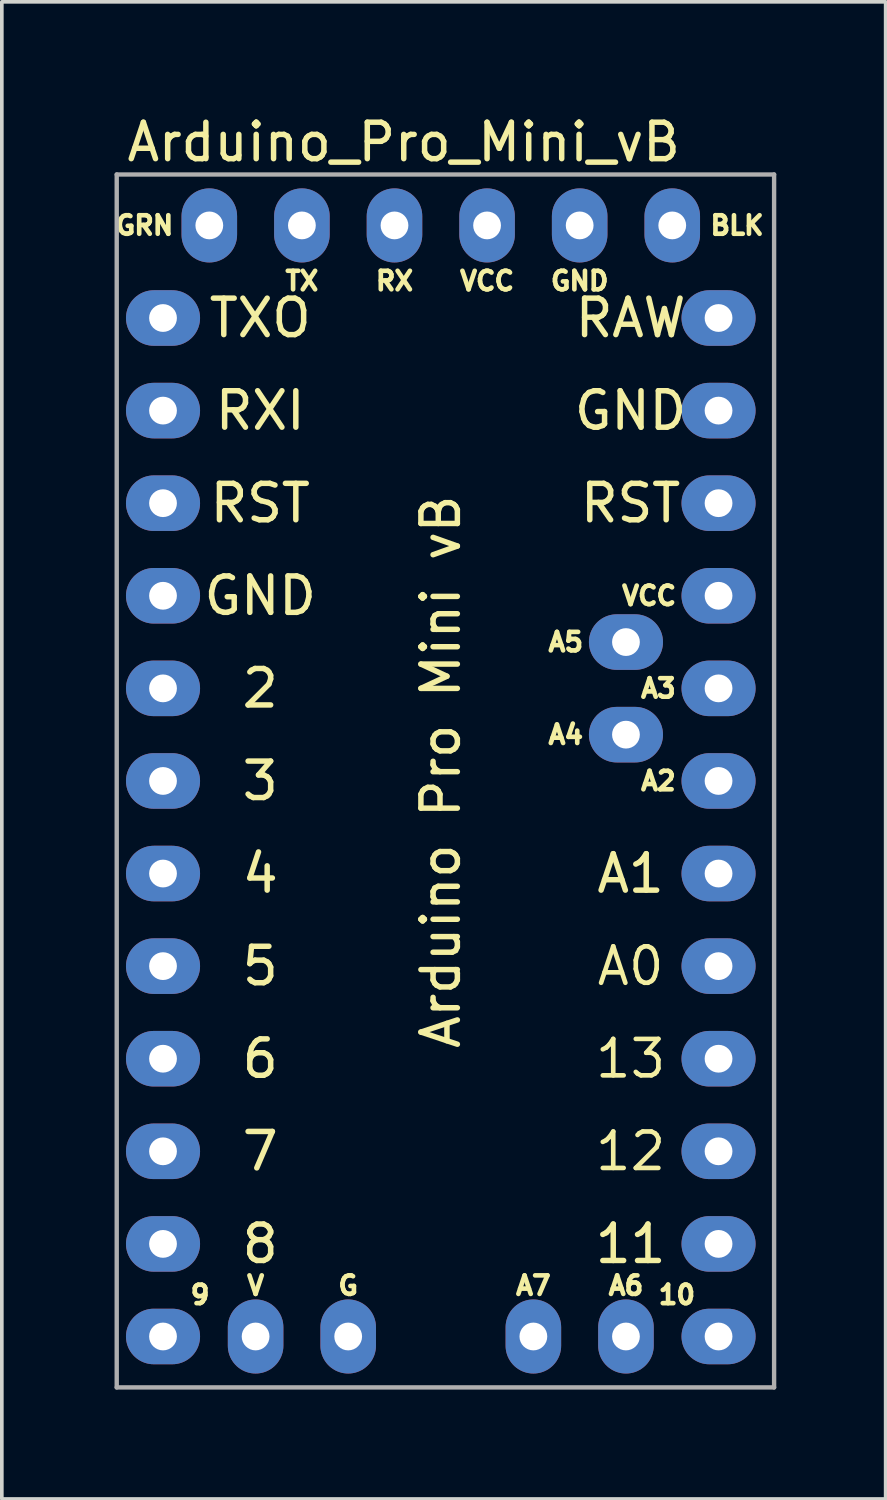
<source format=kicad_pcb>
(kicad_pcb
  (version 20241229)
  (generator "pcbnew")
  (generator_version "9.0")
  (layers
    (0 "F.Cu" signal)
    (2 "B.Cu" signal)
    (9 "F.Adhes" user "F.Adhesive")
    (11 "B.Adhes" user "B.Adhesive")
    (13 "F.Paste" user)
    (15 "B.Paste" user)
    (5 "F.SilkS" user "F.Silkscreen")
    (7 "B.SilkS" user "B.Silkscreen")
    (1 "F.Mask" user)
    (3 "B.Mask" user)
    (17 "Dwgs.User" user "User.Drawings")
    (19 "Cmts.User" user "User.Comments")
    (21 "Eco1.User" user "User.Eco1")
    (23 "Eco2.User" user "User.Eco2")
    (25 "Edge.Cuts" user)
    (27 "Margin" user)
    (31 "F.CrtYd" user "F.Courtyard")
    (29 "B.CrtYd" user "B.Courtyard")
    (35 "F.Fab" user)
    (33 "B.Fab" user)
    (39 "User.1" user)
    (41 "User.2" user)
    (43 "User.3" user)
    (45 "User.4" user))
  (footprint "Arduino_Pro_Mini_vB"
    (layer "F.Cu")
    (at 1.422 5.674)
    (property "Reference" "Arduino_Pro_Mini_vB" (at 6.604 -4.826 0) (layer "F.SilkS") (effects (font (size 1 1) (thickness 0.15))))
    (attr through_hole)
    (fp_line (start -1.27 -3.937) (end 16.764 -3.937) (stroke (width 0.12) (type solid)) (layer "F.Fab"))
    (fp_line (start -1.27 29.337) (end -1.27 -3.937) (stroke (width 0.12) (type solid)) (layer "F.Fab"))
    (fp_line (start 16.764 -3.937) (end 16.764 29.337) (stroke (width 0.12) (type solid)) (layer "F.Fab"))
    (fp_line (start 16.764 29.337) (end -1.27 29.337) (stroke (width 0.12) (type solid)) (layer "F.Fab"))
    (fp_text user "VCC" (at 8.89 -1.016 0) (layer "F.SilkS") (effects (font (size 0.508 0.508) (thickness 0.127))))
    (fp_text user "A4" (at 11.049 11.43 0) (layer "F.SilkS") (effects (font (size 0.508 0.508) (thickness 0.127))))
    (fp_text user "13" (at 12.827 20.32 0) (layer "F.SilkS") (effects (font (size 1 1) (thickness 0.127))))
    (fp_text user "RST" (at 2.667 5.08 0) (layer "F.SilkS") (effects (font (size 1 1) (thickness 0.15))))
    (fp_text user "RAW" (at 12.827 0 0) (layer "F.SilkS") (effects (font (size 1 1) (thickness 0.15))))
    (fp_text user "9" (at 1.016 26.797 0) (layer "F.SilkS") (effects (font (size 0.508 0.508) (thickness 0.127))))
    (fp_text user "A1" (at 12.827 15.24 0) (layer "F.SilkS") (effects (font (size 1 1) (thickness 0.15))))
    (fp_text user "GND" (at 2.667 7.62 0) (layer "F.SilkS") (effects (font (size 1 1) (thickness 0.15))))
    (fp_text user "A5" (at 11.049 8.89 0) (layer "F.SilkS") (effects (font (size 0.508 0.508) (thickness 0.127))))
    (fp_text user "TXO" (at 2.667 0 0) (layer "F.SilkS") (effects (font (size 1 1) (thickness 0.15))))
    (fp_text user "G" (at 5.08 26.543 0) (layer "F.SilkS") (effects (font (size 0.508 0.508) (thickness 0.127))))
    (fp_text user "RXI" (at 2.667 2.54 0) (layer "F.SilkS") (effects (font (size 1 1) (thickness 0.15))))
    (fp_text user "TX" (at 3.81 -1.016 0) (layer "F.SilkS") (effects (font (size 0.508 0.508) (thickness 0.127))))
    (fp_text user "BLK" (at 15.748 -2.54 0) (layer "F.SilkS") (effects (font (size 0.508 0.508) (thickness 0.127))))
    (fp_text user "RX" (at 6.35 -1.016 0) (layer "F.SilkS") (effects (font (size 0.508 0.508) (thickness 0.127))))
    (fp_text user "A2" (at 13.589 12.7 0) (layer "F.SilkS") (effects (font (size 0.508 0.508) (thickness 0.127))))
    (fp_text user "A7" (at 10.16 26.543 0) (layer "F.SilkS") (effects (font (size 0.508 0.508) (thickness 0.127))))
    (fp_text user "11" (at 12.827 25.4 0) (layer "F.SilkS") (effects (font (size 1 1) (thickness 0.15))))
    (fp_text user "12" (at 12.827 22.86 0) (layer "F.SilkS") (effects (font (size 1 1) (thickness 0.127))))
    (fp_text user "Arduino Pro Mini vB" (at 7.62 12.446 270) (layer "F.SilkS") (effects (font (size 1 1) (thickness 0.15))))
    (fp_text user "3" (at 2.667 12.7 0) (layer "F.SilkS") (effects (font (size 1 1) (thickness 0.15))))
    (fp_text user "8" (at 2.667 25.4 0) (layer "F.SilkS") (effects (font (size 1 1) (thickness 0.15))))
    (fp_text user "RST" (at 12.827 5.08 0) (layer "F.SilkS") (effects (font (size 1 1) (thickness 0.15))))
    (fp_text user "VCC" (at 13.335 7.62 0) (layer "F.SilkS") (effects (font (size 0.508 0.508) (thickness 0.127))))
    (fp_text user "GRN" (at -0.508 -2.54 0) (layer "F.SilkS") (effects (font (size 0.508 0.508) (thickness 0.127))))
    (fp_text user "7" (at 2.667 22.86 0) (layer "F.SilkS") (effects (font (size 1 1) (thickness 0.15))))
    (fp_text user "6" (at 2.667 20.32 0) (layer "F.SilkS") (effects (font (size 1 1) (thickness 0.15))))
    (fp_text user "V" (at 2.54 26.543 0) (layer "F.SilkS") (effects (font (size 0.508 0.508) (thickness 0.127))))
    (fp_text user "5" (at 2.667 17.78 0) (layer "F.SilkS") (effects (font (size 1 1) (thickness 0.15))))
    (fp_text user "GND" (at 12.827 2.54 0) (layer "F.SilkS") (effects (font (size 1 1) (thickness 0.15))))
    (fp_text user "2" (at 2.667 10.16 0) (layer "F.SilkS") (effects (font (size 1 1) (thickness 0.15))))
    (fp_text user "A0" (at 12.827 17.78 0) (layer "F.SilkS") (effects (font (size 1 1) (thickness 0.127))))
    (fp_text user "10" (at 14.097 26.797 0) (layer "F.SilkS") (effects (font (size 0.508 0.508) (thickness 0.127))))
    (fp_text user "GND" (at 11.43 -1.016 0) (layer "F.SilkS") (effects (font (size 0.508 0.508) (thickness 0.127))))
    (fp_text user "A3" (at 13.589 10.16 0) (layer "F.SilkS") (effects (font (size 0.508 0.508) (thickness 0.127))))
    (fp_text user "A6" (at 12.7 26.543 0) (layer "F.SilkS") (effects (font (size 0.508 0.508) (thickness 0.127))))
    (fp_text user "4" (at 2.667 15.24 0) (layer "F.SilkS") (effects (font (size 1 1) (thickness 0.15))))
    (pad "1" thru_hole oval (at 0 0) (size 2.032 1.524) (drill 0.762) (layers "*.Cu" "*.Mask"))
    (pad "2" thru_hole oval (at 0 2.54) (size 2.032 1.524) (drill 0.762) (layers "*.Cu" "*.Mask"))
    (pad "3" thru_hole oval (at 0 5.08) (size 2.032 1.524) (drill 0.762) (layers "*.Cu" "*.Mask"))
    (pad "4" thru_hole oval (at 0 7.62) (size 2.032 1.524) (drill 0.762) (layers "*.Cu" "*.Mask"))
    (pad "5" thru_hole oval (at 0 10.16) (size 2.032 1.524) (drill 0.762) (layers "*.Cu" "*.Mask"))
    (pad "6" thru_hole oval (at 0 12.7) (size 2.032 1.524) (drill 0.762) (layers "*.Cu" "*.Mask"))
    (pad "7" thru_hole oval (at 0 15.24) (size 2.032 1.524) (drill 0.762) (layers "*.Cu" "*.Mask"))
    (pad "8" thru_hole oval (at 0 17.78) (size 2.032 1.524) (drill 0.762) (layers "*.Cu" "*.Mask"))
    (pad "9" thru_hole oval (at 0 20.32) (size 2.032 1.524) (drill 0.762) (layers "*.Cu" "*.Mask"))
    (pad "10" thru_hole oval (at 0 22.86) (size 2.032 1.524) (drill 0.762) (layers "*.Cu" "*.Mask"))
    (pad "11" thru_hole oval (at 0 25.4) (size 2.032 1.524) (drill 0.762) (layers "*.Cu" "*.Mask"))
    (pad "12" thru_hole oval (at 0 27.94) (size 2.032 1.524) (drill 0.762) (layers "*.Cu" "*.Mask"))
    (pad "13" thru_hole oval (at 15.24 0) (size 2.032 1.524) (drill 0.762) (layers "*.Cu" "*.Mask"))
    (pad "14" thru_hole oval (at 15.24 2.54) (size 2.032 1.524) (drill 0.762) (layers "*.Cu" "*.Mask"))
    (pad "15" thru_hole oval (at 15.24 5.08) (size 2.032 1.524) (drill 0.762) (layers "*.Cu" "*.Mask"))
    (pad "16" thru_hole oval (at 15.24 7.62) (size 2.032 1.524) (drill 0.762) (layers "*.Cu" "*.Mask"))
    (pad "17" thru_hole oval (at 15.24 10.16) (size 2.032 1.524) (drill 0.762) (layers "*.Cu" "*.Mask"))
    (pad "18" thru_hole oval (at 15.24 12.7) (size 2.032 1.524) (drill 0.762) (layers "*.Cu" "*.Mask"))
    (pad "19" thru_hole oval (at 15.24 15.24) (size 2.032 1.524) (drill 0.762) (layers "*.Cu" "*.Mask"))
    (pad "20" thru_hole oval (at 15.24 17.78) (size 2.032 1.524) (drill 0.762) (layers "*.Cu" "*.Mask"))
    (pad "21" thru_hole oval (at 15.24 20.32) (size 2.032 1.524) (drill 0.762) (layers "*.Cu" "*.Mask"))
    (pad "22" thru_hole oval (at 15.24 22.86) (size 2.032 1.524) (drill 0.762) (layers "*.Cu" "*.Mask"))
    (pad "23" thru_hole oval (at 15.24 25.4) (size 2.032 1.524) (drill 0.762) (layers "*.Cu" "*.Mask"))
    (pad "24" thru_hole oval (at 15.24 27.94) (size 2.032 1.524) (drill 0.762) (layers "*.Cu" "*.Mask"))
    (pad "25" thru_hole oval (at 12.7 11.43) (size 2.032 1.524) (drill 0.762) (layers "*.Cu" "*.Mask"))
    (pad "26" thru_hole oval (at 12.7 8.89) (size 2.032 1.524) (drill 0.762) (layers "*.Cu" "*.Mask"))
    (pad "27" thru_hole oval (at 12.7 27.94) (size 1.524 2.032) (drill 0.762) (layers "*.Cu" "*.Mask"))
    (pad "28" thru_hole oval (at 10.16 27.94) (size 1.524 2.032) (drill 0.762) (layers "*.Cu" "*.Mask"))
    (pad "29" thru_hole oval (at 13.97 -2.54) (size 1.524 2.032) (drill 0.762) (layers "*.Cu" "*.Mask"))
    (pad "30" thru_hole oval (at 11.43 -2.54) (size 1.524 2.032) (drill 0.762) (layers "*.Cu" "*.Mask"))
    (pad "31" thru_hole oval (at 8.89 -2.54) (size 1.524 2.032) (drill 0.762) (layers "*.Cu" "*.Mask"))
    (pad "32" thru_hole oval (at 6.35 -2.54) (size 1.524 2.032) (drill 0.762) (layers "*.Cu" "*.Mask"))
    (pad "33" thru_hole oval (at 3.81 -2.54) (size 1.524 2.032) (drill 0.762) (layers "*.Cu" "*.Mask"))
    (pad "34" thru_hole oval (at 1.27 -2.54) (size 1.524 2.032) (drill 0.762) (layers "*.Cu" "*.Mask"))
    (pad "35" thru_hole oval (at 2.54 27.94) (size 1.524 2.032) (drill 0.762) (layers "*.Cu" "*.Mask"))
    (pad "35" thru_hole oval (at 5.08 27.94) (size 1.524 2.032) (drill 0.762) (layers "*.Cu" "*.Mask")))
  (gr_rect
    (start -3 -3)
    (end 21.246 38.071)
    (stroke (width 0.1) (type default))
    (fill no)
    (layer "Edge.Cuts")))
</source>
